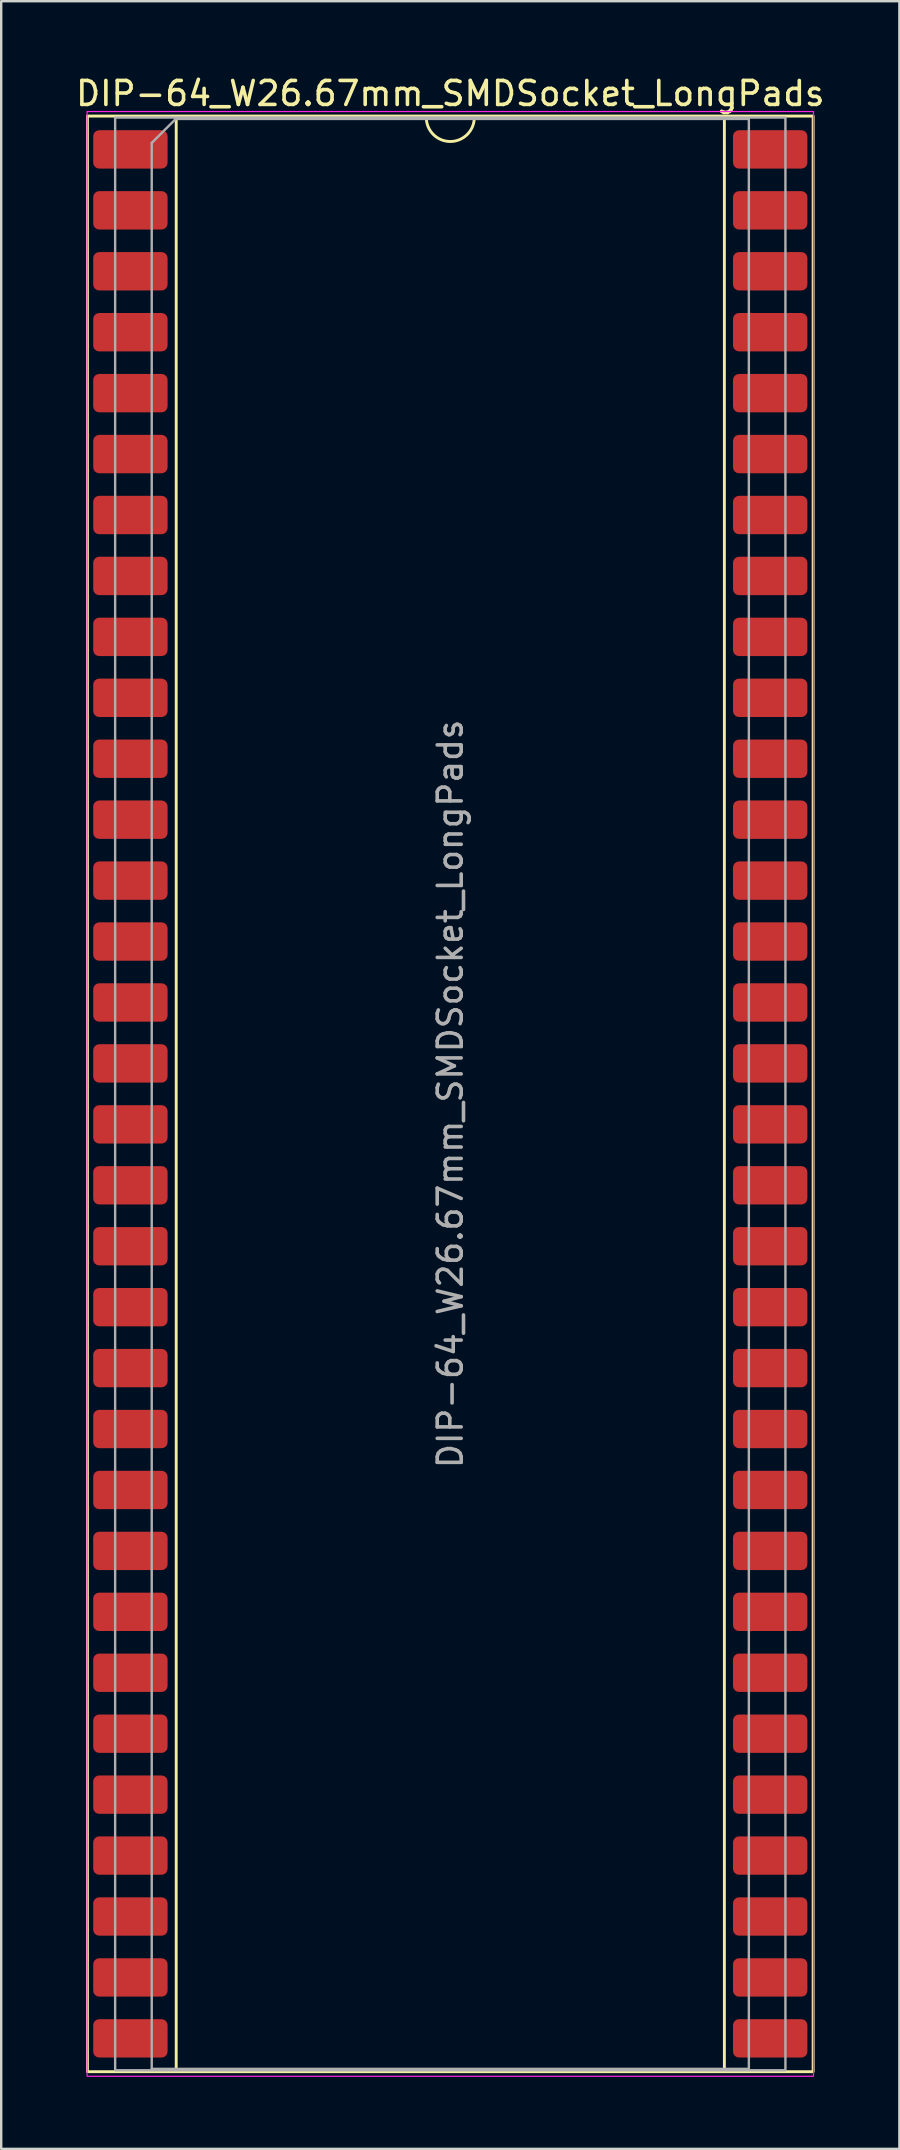
<source format=kicad_pcb>
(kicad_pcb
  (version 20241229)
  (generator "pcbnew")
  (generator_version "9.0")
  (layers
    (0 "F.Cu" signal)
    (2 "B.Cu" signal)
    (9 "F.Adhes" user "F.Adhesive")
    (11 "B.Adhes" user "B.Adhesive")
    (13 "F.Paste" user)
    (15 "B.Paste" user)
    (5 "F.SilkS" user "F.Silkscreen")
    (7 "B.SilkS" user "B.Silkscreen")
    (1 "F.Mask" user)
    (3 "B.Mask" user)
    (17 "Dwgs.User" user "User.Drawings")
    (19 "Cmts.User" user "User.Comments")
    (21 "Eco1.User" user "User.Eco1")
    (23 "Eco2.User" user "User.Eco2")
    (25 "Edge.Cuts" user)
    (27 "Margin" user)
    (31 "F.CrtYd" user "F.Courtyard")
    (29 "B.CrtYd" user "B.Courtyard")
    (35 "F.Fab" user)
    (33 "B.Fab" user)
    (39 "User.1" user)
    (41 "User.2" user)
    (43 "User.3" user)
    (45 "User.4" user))
  (footprint "DIP-64_W26.67mm_SMDSocket_LongPads"
    (layer "F.Cu")
    (at 15.72 42.548)
    (property "Reference" "DIP-64_W26.67mm_SMDSocket_LongPads" (at 0 -41.7 0) (layer "F.SilkS") (effects (font (size 1 1) (thickness 0.15))))
    (attr smd)
    (fp_line (start -11.425 -40.7) (end -11.425 40.7) (stroke (width 0.12) (type solid)) (layer "F.SilkS"))
    (fp_line (start -11.425 40.7) (end 11.425 40.7) (stroke (width 0.12) (type solid)) (layer "F.SilkS"))
    (fp_line (start -1 -40.7) (end -11.425 -40.7) (stroke (width 0.12) (type solid)) (layer "F.SilkS"))
    (fp_line (start 11.425 -40.7) (end 1 -40.7) (stroke (width 0.12) (type solid)) (layer "F.SilkS"))
    (fp_line (start 11.425 40.7) (end 11.425 -40.7) (stroke (width 0.12) (type solid)) (layer "F.SilkS"))
    (fp_rect (start -15.125 -40.76) (end 15.125 40.76) (stroke (width 0.12) (type solid)) (fill no) (layer "F.SilkS"))
    (fp_arc (start 1 -40.7) (mid 0 -39.7) (end -1 -40.7) (stroke (width 0.12) (type solid)) (layer "F.SilkS"))
    (fp_rect (start -15.14 -40.95) (end 15.14 40.95) (stroke (width 0.05) (type solid)) (fill no) (layer "F.CrtYd"))
    (fp_line (start -12.445 -39.64) (end -11.445 -40.64) (stroke (width 0.1) (type solid)) (layer "F.Fab"))
    (fp_line (start -12.445 40.64) (end -12.445 -39.64) (stroke (width 0.1) (type solid)) (layer "F.Fab"))
    (fp_line (start -11.445 -40.64) (end 12.445 -40.64) (stroke (width 0.1) (type solid)) (layer "F.Fab"))
    (fp_line (start 12.445 -40.64) (end 12.445 40.64) (stroke (width 0.1) (type solid)) (layer "F.Fab"))
    (fp_line (start 12.445 40.64) (end -12.445 40.64) (stroke (width 0.1) (type solid)) (layer "F.Fab"))
    (fp_rect (start -13.97 -40.7) (end 13.97 40.7) (stroke (width 0.1) (type solid)) (fill no) (layer "F.Fab"))
    (fp_text user "${REFERENCE}" (at 0 0 90) (layer "F.Fab") (effects (font (size 1 1) (thickness 0.15))))
    (pad "1" smd roundrect (at -13.335 -39.37) (size 3.1 1.6) (layers "F.Cu" "F.Mask" "F.Paste") (roundrect_rratio 0.156))
    (pad "2" smd roundrect (at -13.335 -36.83) (size 3.1 1.6) (layers "F.Cu" "F.Mask" "F.Paste") (roundrect_rratio 0.156))
    (pad "3" smd roundrect (at -13.335 -34.29) (size 3.1 1.6) (layers "F.Cu" "F.Mask" "F.Paste") (roundrect_rratio 0.156))
    (pad "4" smd roundrect (at -13.335 -31.75) (size 3.1 1.6) (layers "F.Cu" "F.Mask" "F.Paste") (roundrect_rratio 0.156))
    (pad "5" smd roundrect (at -13.335 -29.21) (size 3.1 1.6) (layers "F.Cu" "F.Mask" "F.Paste") (roundrect_rratio 0.156))
    (pad "6" smd roundrect (at -13.335 -26.67) (size 3.1 1.6) (layers "F.Cu" "F.Mask" "F.Paste") (roundrect_rratio 0.156))
    (pad "7" smd roundrect (at -13.335 -24.13) (size 3.1 1.6) (layers "F.Cu" "F.Mask" "F.Paste") (roundrect_rratio 0.156))
    (pad "8" smd roundrect (at -13.335 -21.59) (size 3.1 1.6) (layers "F.Cu" "F.Mask" "F.Paste") (roundrect_rratio 0.156))
    (pad "9" smd roundrect (at -13.335 -19.05) (size 3.1 1.6) (layers "F.Cu" "F.Mask" "F.Paste") (roundrect_rratio 0.156))
    (pad "10" smd roundrect (at -13.335 -16.51) (size 3.1 1.6) (layers "F.Cu" "F.Mask" "F.Paste") (roundrect_rratio 0.156))
    (pad "11" smd roundrect (at -13.335 -13.97) (size 3.1 1.6) (layers "F.Cu" "F.Mask" "F.Paste") (roundrect_rratio 0.156))
    (pad "12" smd roundrect (at -13.335 -11.43) (size 3.1 1.6) (layers "F.Cu" "F.Mask" "F.Paste") (roundrect_rratio 0.156))
    (pad "13" smd roundrect (at -13.335 -8.89) (size 3.1 1.6) (layers "F.Cu" "F.Mask" "F.Paste") (roundrect_rratio 0.156))
    (pad "14" smd roundrect (at -13.335 -6.35) (size 3.1 1.6) (layers "F.Cu" "F.Mask" "F.Paste") (roundrect_rratio 0.156))
    (pad "15" smd roundrect (at -13.335 -3.81) (size 3.1 1.6) (layers "F.Cu" "F.Mask" "F.Paste") (roundrect_rratio 0.156))
    (pad "16" smd roundrect (at -13.335 -1.27) (size 3.1 1.6) (layers "F.Cu" "F.Mask" "F.Paste") (roundrect_rratio 0.156))
    (pad "17" smd roundrect (at -13.335 1.27) (size 3.1 1.6) (layers "F.Cu" "F.Mask" "F.Paste") (roundrect_rratio 0.156))
    (pad "18" smd roundrect (at -13.335 3.81) (size 3.1 1.6) (layers "F.Cu" "F.Mask" "F.Paste") (roundrect_rratio 0.156))
    (pad "19" smd roundrect (at -13.335 6.35) (size 3.1 1.6) (layers "F.Cu" "F.Mask" "F.Paste") (roundrect_rratio 0.156))
    (pad "20" smd roundrect (at -13.335 8.89) (size 3.1 1.6) (layers "F.Cu" "F.Mask" "F.Paste") (roundrect_rratio 0.156))
    (pad "21" smd roundrect (at -13.335 11.43) (size 3.1 1.6) (layers "F.Cu" "F.Mask" "F.Paste") (roundrect_rratio 0.156))
    (pad "22" smd roundrect (at -13.335 13.97) (size 3.1 1.6) (layers "F.Cu" "F.Mask" "F.Paste") (roundrect_rratio 0.156))
    (pad "23" smd roundrect (at -13.335 16.51) (size 3.1 1.6) (layers "F.Cu" "F.Mask" "F.Paste") (roundrect_rratio 0.156))
    (pad "24" smd roundrect (at -13.335 19.05) (size 3.1 1.6) (layers "F.Cu" "F.Mask" "F.Paste") (roundrect_rratio 0.156))
    (pad "25" smd roundrect (at -13.335 21.59) (size 3.1 1.6) (layers "F.Cu" "F.Mask" "F.Paste") (roundrect_rratio 0.156))
    (pad "26" smd roundrect (at -13.335 24.13) (size 3.1 1.6) (layers "F.Cu" "F.Mask" "F.Paste") (roundrect_rratio 0.156))
    (pad "27" smd roundrect (at -13.335 26.67) (size 3.1 1.6) (layers "F.Cu" "F.Mask" "F.Paste") (roundrect_rratio 0.156))
    (pad "28" smd roundrect (at -13.335 29.21) (size 3.1 1.6) (layers "F.Cu" "F.Mask" "F.Paste") (roundrect_rratio 0.156))
    (pad "29" smd roundrect (at -13.335 31.75) (size 3.1 1.6) (layers "F.Cu" "F.Mask" "F.Paste") (roundrect_rratio 0.156))
    (pad "30" smd roundrect (at -13.335 34.29) (size 3.1 1.6) (layers "F.Cu" "F.Mask" "F.Paste") (roundrect_rratio 0.156))
    (pad "31" smd roundrect (at -13.335 36.83) (size 3.1 1.6) (layers "F.Cu" "F.Mask" "F.Paste") (roundrect_rratio 0.156))
    (pad "32" smd roundrect (at -13.335 39.37) (size 3.1 1.6) (layers "F.Cu" "F.Mask" "F.Paste") (roundrect_rratio 0.156))
    (pad "33" smd roundrect (at 13.335 39.37) (size 3.1 1.6) (layers "F.Cu" "F.Mask" "F.Paste") (roundrect_rratio 0.156))
    (pad "34" smd roundrect (at 13.335 36.83) (size 3.1 1.6) (layers "F.Cu" "F.Mask" "F.Paste") (roundrect_rratio 0.156))
    (pad "35" smd roundrect (at 13.335 34.29) (size 3.1 1.6) (layers "F.Cu" "F.Mask" "F.Paste") (roundrect_rratio 0.156))
    (pad "36" smd roundrect (at 13.335 31.75) (size 3.1 1.6) (layers "F.Cu" "F.Mask" "F.Paste") (roundrect_rratio 0.156))
    (pad "37" smd roundrect (at 13.335 29.21) (size 3.1 1.6) (layers "F.Cu" "F.Mask" "F.Paste") (roundrect_rratio 0.156))
    (pad "38" smd roundrect (at 13.335 26.67) (size 3.1 1.6) (layers "F.Cu" "F.Mask" "F.Paste") (roundrect_rratio 0.156))
    (pad "39" smd roundrect (at 13.335 24.13) (size 3.1 1.6) (layers "F.Cu" "F.Mask" "F.Paste") (roundrect_rratio 0.156))
    (pad "40" smd roundrect (at 13.335 21.59) (size 3.1 1.6) (layers "F.Cu" "F.Mask" "F.Paste") (roundrect_rratio 0.156))
    (pad "41" smd roundrect (at 13.335 19.05) (size 3.1 1.6) (layers "F.Cu" "F.Mask" "F.Paste") (roundrect_rratio 0.156))
    (pad "42" smd roundrect (at 13.335 16.51) (size 3.1 1.6) (layers "F.Cu" "F.Mask" "F.Paste") (roundrect_rratio 0.156))
    (pad "43" smd roundrect (at 13.335 13.97) (size 3.1 1.6) (layers "F.Cu" "F.Mask" "F.Paste") (roundrect_rratio 0.156))
    (pad "44" smd roundrect (at 13.335 11.43) (size 3.1 1.6) (layers "F.Cu" "F.Mask" "F.Paste") (roundrect_rratio 0.156))
    (pad "45" smd roundrect (at 13.335 8.89) (size 3.1 1.6) (layers "F.Cu" "F.Mask" "F.Paste") (roundrect_rratio 0.156))
    (pad "46" smd roundrect (at 13.335 6.35) (size 3.1 1.6) (layers "F.Cu" "F.Mask" "F.Paste") (roundrect_rratio 0.156))
    (pad "47" smd roundrect (at 13.335 3.81) (size 3.1 1.6) (layers "F.Cu" "F.Mask" "F.Paste") (roundrect_rratio 0.156))
    (pad "48" smd roundrect (at 13.335 1.27) (size 3.1 1.6) (layers "F.Cu" "F.Mask" "F.Paste") (roundrect_rratio 0.156))
    (pad "49" smd roundrect (at 13.335 -1.27) (size 3.1 1.6) (layers "F.Cu" "F.Mask" "F.Paste") (roundrect_rratio 0.156))
    (pad "50" smd roundrect (at 13.335 -3.81) (size 3.1 1.6) (layers "F.Cu" "F.Mask" "F.Paste") (roundrect_rratio 0.156))
    (pad "51" smd roundrect (at 13.335 -6.35) (size 3.1 1.6) (layers "F.Cu" "F.Mask" "F.Paste") (roundrect_rratio 0.156))
    (pad "52" smd roundrect (at 13.335 -8.89) (size 3.1 1.6) (layers "F.Cu" "F.Mask" "F.Paste") (roundrect_rratio 0.156))
    (pad "53" smd roundrect (at 13.335 -11.43) (size 3.1 1.6) (layers "F.Cu" "F.Mask" "F.Paste") (roundrect_rratio 0.156))
    (pad "54" smd roundrect (at 13.335 -13.97) (size 3.1 1.6) (layers "F.Cu" "F.Mask" "F.Paste") (roundrect_rratio 0.156))
    (pad "55" smd roundrect (at 13.335 -16.51) (size 3.1 1.6) (layers "F.Cu" "F.Mask" "F.Paste") (roundrect_rratio 0.156))
    (pad "56" smd roundrect (at 13.335 -19.05) (size 3.1 1.6) (layers "F.Cu" "F.Mask" "F.Paste") (roundrect_rratio 0.156))
    (pad "57" smd roundrect (at 13.335 -21.59) (size 3.1 1.6) (layers "F.Cu" "F.Mask" "F.Paste") (roundrect_rratio 0.156))
    (pad "58" smd roundrect (at 13.335 -24.13) (size 3.1 1.6) (layers "F.Cu" "F.Mask" "F.Paste") (roundrect_rratio 0.156))
    (pad "59" smd roundrect (at 13.335 -26.67) (size 3.1 1.6) (layers "F.Cu" "F.Mask" "F.Paste") (roundrect_rratio 0.156))
    (pad "60" smd roundrect (at 13.335 -29.21) (size 3.1 1.6) (layers "F.Cu" "F.Mask" "F.Paste") (roundrect_rratio 0.156))
    (pad "61" smd roundrect (at 13.335 -31.75) (size 3.1 1.6) (layers "F.Cu" "F.Mask" "F.Paste") (roundrect_rratio 0.156))
    (pad "62" smd roundrect (at 13.335 -34.29) (size 3.1 1.6) (layers "F.Cu" "F.Mask" "F.Paste") (roundrect_rratio 0.156))
    (pad "63" smd roundrect (at 13.335 -36.83) (size 3.1 1.6) (layers "F.Cu" "F.Mask" "F.Paste") (roundrect_rratio 0.156))
    (pad "64" smd roundrect (at 13.335 -39.37) (size 3.1 1.6) (layers "F.Cu" "F.Mask" "F.Paste") (roundrect_rratio 0.156)))
  (gr_rect
    (start -3 -3)
    (end 34.44 86.523)
    (stroke (width 0.1) (type default))
    (fill no)
    (layer "Edge.Cuts")))
</source>
